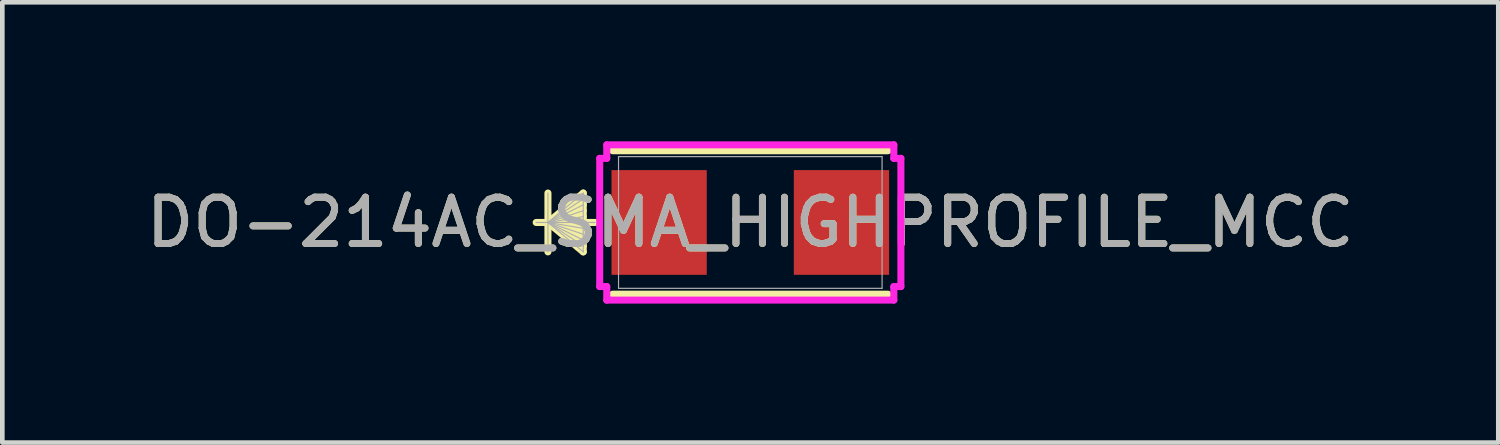
<source format=kicad_pcb>
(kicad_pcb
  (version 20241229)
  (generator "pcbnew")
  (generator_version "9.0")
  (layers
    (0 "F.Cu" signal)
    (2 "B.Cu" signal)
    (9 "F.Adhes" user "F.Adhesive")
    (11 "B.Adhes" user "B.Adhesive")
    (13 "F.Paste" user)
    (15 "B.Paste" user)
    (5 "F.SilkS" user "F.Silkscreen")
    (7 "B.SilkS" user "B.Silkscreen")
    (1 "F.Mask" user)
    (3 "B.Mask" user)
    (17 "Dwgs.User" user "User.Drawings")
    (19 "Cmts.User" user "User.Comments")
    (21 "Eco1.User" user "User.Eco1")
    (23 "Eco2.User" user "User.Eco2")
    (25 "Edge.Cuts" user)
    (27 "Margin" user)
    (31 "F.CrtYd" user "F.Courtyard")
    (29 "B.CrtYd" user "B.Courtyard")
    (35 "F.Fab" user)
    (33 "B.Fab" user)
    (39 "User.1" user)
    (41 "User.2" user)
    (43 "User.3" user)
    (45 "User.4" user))
  (footprint "DO-214AC_SMA_HIGHPROFILE_MCC"
    (layer "F.Cu")
    (at 13.149 1.753)
    (property "Reference" "DO-214AC_SMA_HIGHPROFILE_MCC" (at 0 0 0) (unlocked yes) (layer "F.SilkS") (effects (font (size 1 1) (thickness 0.15))))
    (attr smd)
    (fp_line (start -4.369 -0.635) (end -4.369 0.635) (stroke (width 0.152) (type solid)) (layer "F.SilkS"))
    (fp_line (start -4.369 0) (end -3.607 -0.635) (stroke (width 0.152) (type solid)) (layer "F.SilkS"))
    (fp_line (start -4.369 0) (end -3.607 -0.508) (stroke (width 0.152) (type solid)) (layer "F.SilkS"))
    (fp_line (start -4.369 0) (end -3.607 -0.381) (stroke (width 0.152) (type solid)) (layer "F.SilkS"))
    (fp_line (start -4.369 0) (end -3.607 -0.254) (stroke (width 0.152) (type solid)) (layer "F.SilkS"))
    (fp_line (start -4.369 0) (end -3.607 -0.127) (stroke (width 0.152) (type solid)) (layer "F.SilkS"))
    (fp_line (start -4.369 0) (end -3.607 0.127) (stroke (width 0.152) (type solid)) (layer "F.SilkS"))
    (fp_line (start -4.369 0) (end -3.607 0.254) (stroke (width 0.152) (type solid)) (layer "F.SilkS"))
    (fp_line (start -4.369 0) (end -3.607 0.381) (stroke (width 0.152) (type solid)) (layer "F.SilkS"))
    (fp_line (start -4.369 0) (end -3.607 0.508) (stroke (width 0.152) (type solid)) (layer "F.SilkS"))
    (fp_line (start -4.369 0) (end -3.607 0.635) (stroke (width 0.152) (type solid)) (layer "F.SilkS"))
    (fp_line (start -3.607 -0.635) (end -3.607 0.635) (stroke (width 0.152) (type solid)) (layer "F.SilkS"))
    (fp_line (start -3.353 0) (end -4.623 0) (stroke (width 0.152) (type solid)) (layer "F.SilkS"))
    (fp_line (start -2.972 1.549) (end 2.972 1.549) (stroke (width 0.152) (type solid)) (layer "F.SilkS"))
    (fp_line (start 2.972 -1.549) (end -2.972 -1.549) (stroke (width 0.152) (type solid)) (layer "F.SilkS"))
    (fp_line (start -3.251 -1.384) (end -3.099 -1.384) (stroke (width 0.152) (type solid)) (layer "F.CrtYd"))
    (fp_line (start -3.251 1.384) (end -3.251 -1.384) (stroke (width 0.152) (type solid)) (layer "F.CrtYd"))
    (fp_line (start -3.099 -1.676) (end 3.099 -1.676) (stroke (width 0.152) (type solid)) (layer "F.CrtYd"))
    (fp_line (start -3.099 -1.384) (end -3.099 -1.676) (stroke (width 0.152) (type solid)) (layer "F.CrtYd"))
    (fp_line (start -3.099 1.384) (end -3.251 1.384) (stroke (width 0.152) (type solid)) (layer "F.CrtYd"))
    (fp_line (start -3.099 1.676) (end -3.099 1.384) (stroke (width 0.152) (type solid)) (layer "F.CrtYd"))
    (fp_line (start 3.099 -1.676) (end 3.099 -1.384) (stroke (width 0.152) (type solid)) (layer "F.CrtYd"))
    (fp_line (start 3.099 -1.384) (end 3.251 -1.384) (stroke (width 0.152) (type solid)) (layer "F.CrtYd"))
    (fp_line (start 3.099 1.384) (end 3.099 1.676) (stroke (width 0.152) (type solid)) (layer "F.CrtYd"))
    (fp_line (start 3.099 1.676) (end -3.099 1.676) (stroke (width 0.152) (type solid)) (layer "F.CrtYd"))
    (fp_line (start 3.251 -1.384) (end 3.251 1.384) (stroke (width 0.152) (type solid)) (layer "F.CrtYd"))
    (fp_line (start 3.251 1.384) (end 3.099 1.384) (stroke (width 0.152) (type solid)) (layer "F.CrtYd"))
    (fp_line (start -4.369 -0.635) (end -4.369 0.635) (stroke (width 0.025) (type solid)) (layer "F.Fab"))
    (fp_line (start -4.369 0) (end -3.607 -0.635) (stroke (width 0.025) (type solid)) (layer "F.Fab"))
    (fp_line (start -4.369 0) (end -3.607 -0.508) (stroke (width 0.025) (type solid)) (layer "F.Fab"))
    (fp_line (start -4.369 0) (end -3.607 -0.381) (stroke (width 0.025) (type solid)) (layer "F.Fab"))
    (fp_line (start -4.369 0) (end -3.607 -0.254) (stroke (width 0.025) (type solid)) (layer "F.Fab"))
    (fp_line (start -4.369 0) (end -3.607 -0.127) (stroke (width 0.025) (type solid)) (layer "F.Fab"))
    (fp_line (start -4.369 0) (end -3.607 0.127) (stroke (width 0.025) (type solid)) (layer "F.Fab"))
    (fp_line (start -4.369 0) (end -3.607 0.254) (stroke (width 0.025) (type solid)) (layer "F.Fab"))
    (fp_line (start -4.369 0) (end -3.607 0.381) (stroke (width 0.025) (type solid)) (layer "F.Fab"))
    (fp_line (start -4.369 0) (end -3.607 0.508) (stroke (width 0.025) (type solid)) (layer "F.Fab"))
    (fp_line (start -4.369 0) (end -3.607 0.635) (stroke (width 0.025) (type solid)) (layer "F.Fab"))
    (fp_line (start -3.607 -0.635) (end -3.607 0.635) (stroke (width 0.025) (type solid)) (layer "F.Fab"))
    (fp_line (start -3.353 0) (end -4.623 0) (stroke (width 0.025) (type solid)) (layer "F.Fab"))
    (fp_line (start -2.845 -1.422) (end -2.845 1.422) (stroke (width 0.025) (type solid)) (layer "F.Fab"))
    (fp_line (start -2.845 1.422) (end 2.845 1.422) (stroke (width 0.025) (type solid)) (layer "F.Fab"))
    (fp_line (start 2.845 -1.422) (end -2.845 -1.422) (stroke (width 0.025) (type solid)) (layer "F.Fab"))
    (fp_line (start 2.845 1.422) (end 2.845 -1.422) (stroke (width 0.025) (type solid)) (layer "F.Fab"))
    (fp_text user "${REFERENCE}" (at 0 0 0) (unlocked yes) (layer "F.Fab") (effects (font (size 1 1) (thickness 0.15))))
    (pad "1" smd rect (at -1.968 0 90) (size 2.261 2.057) (layers "F.Cu" "F.Mask" "F.Paste"))
    (pad "2" smd rect (at 1.968 0 90) (size 2.261 2.057) (layers "F.Cu" "F.Mask" "F.Paste"))
    (zone (net_name "") (layer "F.Cu") (hatch full 0.508) (connect_pads) (min_thickness 0.254) (filled_areas_thickness no) (keepout (tracks not_allowed) (vias not_allowed) (pads allowed) (copperpour not_allowed) (footprints allowed)) (placement (enabled no)) (fill) (polygon (pts (xy 10.355 0.381) (xy 15.943 0.381) (xy 15.943 0.572) (xy 10.355 0.572))))
    (zone (net_name "") (layer "F.Cu") (hatch full 0.508) (connect_pads) (min_thickness 0.254) (filled_areas_thickness no) (keepout (tracks not_allowed) (vias not_allowed) (pads allowed) (copperpour not_allowed) (footprints allowed)) (placement (enabled no)) (fill) (polygon (pts (xy 10.355 2.934) (xy 15.943 2.934) (xy 15.943 3.124) (xy 10.355 3.124))))
    (zone (net_name "") (layer "F.Cu") (hatch full 0.508) (connect_pads) (min_thickness 0.254) (filled_areas_thickness no) (keepout (tracks not_allowed) (vias not_allowed) (pads allowed) (copperpour not_allowed) (footprints allowed)) (placement (enabled no)) (fill) (polygon (pts (xy 12.26 0.572) (xy 14.038 0.572) (xy 14.038 2.934) (xy 12.26 2.934)))))
  (gr_rect
    (start -3 -3)
    (end 29.298 6.505)
    (stroke (width 0.1) (type default))
    (fill no)
    (layer "Edge.Cuts")))
</source>
